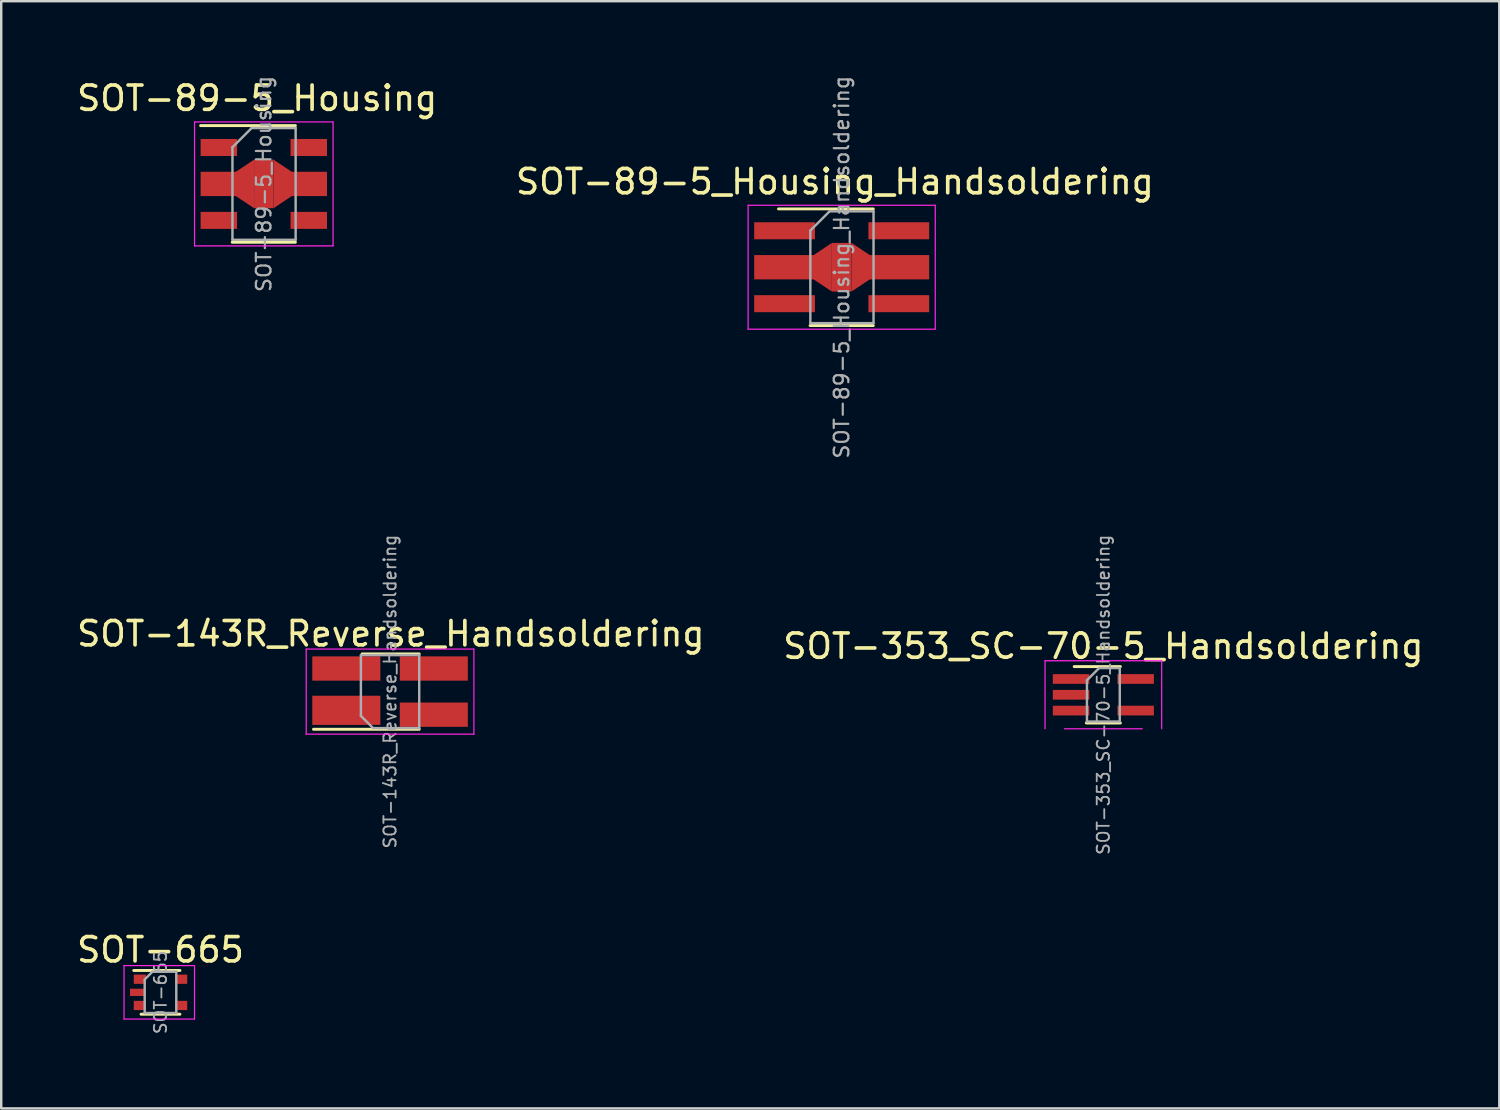
<source format=kicad_pcb>
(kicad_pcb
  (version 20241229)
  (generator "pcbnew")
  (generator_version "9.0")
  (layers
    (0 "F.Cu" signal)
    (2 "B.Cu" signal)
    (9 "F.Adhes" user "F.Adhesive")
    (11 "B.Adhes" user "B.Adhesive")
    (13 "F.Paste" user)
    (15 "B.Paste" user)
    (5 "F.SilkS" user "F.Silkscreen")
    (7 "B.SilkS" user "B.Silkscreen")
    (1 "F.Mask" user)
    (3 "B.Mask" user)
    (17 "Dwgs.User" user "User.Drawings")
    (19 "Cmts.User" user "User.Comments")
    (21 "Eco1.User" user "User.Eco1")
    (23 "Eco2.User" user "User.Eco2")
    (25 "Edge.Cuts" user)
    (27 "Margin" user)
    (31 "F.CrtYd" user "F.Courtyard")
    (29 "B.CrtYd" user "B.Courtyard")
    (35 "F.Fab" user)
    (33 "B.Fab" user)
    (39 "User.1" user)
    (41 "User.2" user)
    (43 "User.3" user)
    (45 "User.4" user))
  (footprint "SOT-353_SC-70-5_Handsoldering"
    (layer "F.Cu")
    (at 42.351 25.539)
    (property "Reference" "SOT-353_SC-70-5_Handsoldering" (at 0 -2 0) (layer "F.SilkS") (effects (font (size 1 1) (thickness 0.15))))
    (attr smd)
    (fp_line (start -0.7 1.16) (end 0.7 1.16) (stroke (width 0.12) (type solid)) (layer "F.SilkS"))
    (fp_line (start 0.7 -1.16) (end -1.2 -1.16) (stroke (width 0.12) (type solid)) (layer "F.SilkS"))
    (fp_line (start -2.4 -1.4) (end -2.4 1.4) (stroke (width 0.05) (type solid)) (layer "F.CrtYd"))
    (fp_line (start -2.4 -1.4) (end 2.4 -1.4) (stroke (width 0.05) (type solid)) (layer "F.CrtYd"))
    (fp_line (start -1.6 1.4) (end 1.6 1.4) (stroke (width 0.05) (type solid)) (layer "F.CrtYd"))
    (fp_line (start 2.4 1.4) (end 2.4 -1.4) (stroke (width 0.05) (type solid)) (layer "F.CrtYd"))
    (fp_line (start -0.675 -0.6) (end -0.675 1.1) (stroke (width 0.1) (type solid)) (layer "F.Fab"))
    (fp_line (start -0.175 -1.1) (end -0.675 -0.6) (stroke (width 0.1) (type solid)) (layer "F.Fab"))
    (fp_line (start 0.675 -1.1) (end -0.175 -1.1) (stroke (width 0.1) (type solid)) (layer "F.Fab"))
    (fp_line (start 0.675 -1.1) (end 0.675 1.1) (stroke (width 0.1) (type solid)) (layer "F.Fab"))
    (fp_line (start 0.675 1.1) (end -0.675 1.1) (stroke (width 0.1) (type solid)) (layer "F.Fab"))
    (fp_text user "${REFERENCE}" (at 0 0 90) (layer "F.Fab") (effects (font (size 0.5 0.5) (thickness 0.075))))
    (pad "1" smd rect (at -1.33 -0.65) (size 1.5 0.4) (layers "F.Cu" "F.Mask" "F.Paste"))
    (pad "2" smd rect (at -1.33 0) (size 1.5 0.4) (layers "F.Cu" "F.Mask" "F.Paste"))
    (pad "3" smd rect (at -1.33 0.65) (size 1.5 0.4) (layers "F.Cu" "F.Mask" "F.Paste"))
    (pad "4" smd rect (at 1.33 0.65) (size 1.5 0.4) (layers "F.Cu" "F.Mask" "F.Paste"))
    (pad "5" smd rect (at 1.33 -0.65) (size 1.5 0.4) (layers "F.Cu" "F.Mask" "F.Paste")))
  (footprint "SOT-89-5_Housing"
    (layer "F.Cu")
    (at 7.805 4.518)
    (property "Reference" "SOT-89-5_Housing" (at -0.275 -3.525 0) (layer "F.SilkS") (effects (font (size 1 1) (thickness 0.15))))
    (attr smd)
    (fp_line (start -2.6 -2.4) (end 1.3 -2.4) (stroke (width 0.12) (type solid)) (layer "F.SilkS"))
    (fp_line (start 1.3 2.4) (end -1.3 2.4) (stroke (width 0.12) (type solid)) (layer "F.SilkS"))
    (fp_line (start -2.85 2.55) (end -2.85 -2.55) (stroke (width 0.05) (type solid)) (layer "F.CrtYd"))
    (fp_line (start -2.85 2.55) (end 2.85 2.55) (stroke (width 0.05) (type solid)) (layer "F.CrtYd"))
    (fp_line (start 2.85 -2.55) (end -2.85 -2.55) (stroke (width 0.05) (type solid)) (layer "F.CrtYd"))
    (fp_line (start 2.85 -2.55) (end 2.85 2.55) (stroke (width 0.05) (type solid)) (layer "F.CrtYd"))
    (fp_line (start -1.29 -1.51) (end -0.5 -2.3) (stroke (width 0.1) (type solid)) (layer "F.Fab"))
    (fp_line (start -1.29 2.3) (end -1.29 -1.51) (stroke (width 0.1) (type solid)) (layer "F.Fab"))
    (fp_line (start -0.5 -2.3) (end 1.31 -2.3) (stroke (width 0.1) (type solid)) (layer "F.Fab"))
    (fp_line (start 1.31 -2.3) (end 1.31 2.3) (stroke (width 0.1) (type solid)) (layer "F.Fab"))
    (fp_line (start 1.31 2.3) (end -1.29 2.3) (stroke (width 0.1) (type solid)) (layer "F.Fab"))
    (fp_text user "${REFERENCE}" (at 0 0 90) (layer "F.Fab") (effects (font (size 0.6 0.6) (thickness 0.09))))
    (pad "1" smd rect (at -1.85 -1.5 270) (size 0.7 1.5) (layers "F.Cu" "F.Mask" "F.Paste"))
    (pad "2" smd rect (at -1.85 0 270) (size 1 1.5) (layers "F.Cu" "F.Mask" "F.Paste"))
    (pad "2" smd trapezoid (at -0.775 0 90) (size 1.5 0.75) (rect_delta 0 0.5) (layers "F.Cu" "F.Mask" "F.Paste"))
    (pad "2" smd rect (at 0 0 270) (size 2 0.8) (layers "F.Cu" "F.Mask" "F.Paste"))
    (pad "2" smd trapezoid (at 0.775 0 270) (size 1.5 0.75) (rect_delta 0 0.5) (layers "F.Cu" "F.Mask" "F.Paste"))
    (pad "2" smd rect (at 1.85 0 270) (size 1 1.5) (layers "F.Cu" "F.Mask" "F.Paste"))
    (pad "3" smd rect (at -1.85 1.5 270) (size 0.7 1.5) (layers "F.Cu" "F.Mask" "F.Paste"))
    (pad "4" smd rect (at 1.85 1.5 270) (size 0.7 1.5) (layers "F.Cu" "F.Mask" "F.Paste"))
    (pad "5" smd rect (at 1.85 -1.5 270) (size 0.7 1.5) (layers "F.Cu" "F.Mask" "F.Paste")))
  (footprint "SOT-665"
    (layer "F.Cu")
    (at 3.554 37.783)
    (property "Reference" "SOT-665" (at 0 -1.75 0) (layer "F.SilkS") (effects (font (size 1 1) (thickness 0.15))))
    (attr smd)
    (fp_line (start -0.8 0.9) (end 0.8 0.9) (stroke (width 0.12) (type solid)) (layer "F.SilkS"))
    (fp_line (start 0.8 -0.9) (end -1.1 -0.9) (stroke (width 0.12) (type solid)) (layer "F.SilkS"))
    (fp_line (start -1.5 -1.1) (end -1.5 1.1) (stroke (width 0.05) (type solid)) (layer "F.CrtYd"))
    (fp_line (start -1.5 -1.1) (end 1.4 -1.1) (stroke (width 0.05) (type solid)) (layer "F.CrtYd"))
    (fp_line (start -1.5 1.1) (end 1.4 1.1) (stroke (width 0.05) (type solid)) (layer "F.CrtYd"))
    (fp_line (start 1.4 1.1) (end 1.4 -1.1) (stroke (width 0.05) (type solid)) (layer "F.CrtYd"))
    (fp_line (start -0.65 -0.53) (end -0.33 -0.85) (stroke (width 0.1) (type solid)) (layer "F.Fab"))
    (fp_line (start -0.65 -0.51) (end -0.65 0.85) (stroke (width 0.1) (type solid)) (layer "F.Fab"))
    (fp_line (start 0.65 -0.85) (end -0.33 -0.85) (stroke (width 0.1) (type solid)) (layer "F.Fab"))
    (fp_line (start 0.65 -0.85) (end 0.65 0.85) (stroke (width 0.1) (type solid)) (layer "F.Fab"))
    (fp_line (start 0.65 0.85) (end -0.65 0.85) (stroke (width 0.1) (type solid)) (layer "F.Fab"))
    (fp_text user "${REFERENCE}" (at 0 0 90) (layer "F.Fab") (effects (font (size 0.5 0.5) (thickness 0.075))))
    (pad "1" smd rect (at -0.85 -0.54) (size 0.5 0.38) (layers "F.Cu" "F.Mask" "F.Paste"))
    (pad "2" smd rect (at -0.93 0) (size 0.65 0.3) (layers "F.Cu" "F.Mask" "F.Paste"))
    (pad "3" smd rect (at -0.85 0.54) (size 0.5 0.38) (layers "F.Cu" "F.Mask" "F.Paste"))
    (pad "4" smd rect (at 0.85 0.54) (size 0.5 0.38) (layers "F.Cu" "F.Mask" "F.Paste"))
    (pad "5" smd rect (at 0.85 -0.54) (size 0.5 0.38) (layers "F.Cu" "F.Mask" "F.Paste")))
  (footprint "SOT-89-5_Housing_Handsoldering"
    (layer "F.Cu")
    (at 31.584 7.946)
    (property "Reference" "SOT-89-5_Housing_Handsoldering" (at -0.28 -3.52 0) (layer "F.SilkS") (effects (font (size 1 1) (thickness 0.15))))
    (attr smd)
    (fp_line (start -2.6 -2.4) (end 1.3 -2.4) (stroke (width 0.12) (type solid)) (layer "F.SilkS"))
    (fp_line (start 1.3 2.4) (end -1.3 2.4) (stroke (width 0.12) (type solid)) (layer "F.SilkS"))
    (fp_line (start -3.85 -2.55) (end 3.85 -2.55) (stroke (width 0.05) (type solid)) (layer "F.CrtYd"))
    (fp_line (start -3.85 2.55) (end -3.85 -2.55) (stroke (width 0.05) (type solid)) (layer "F.CrtYd"))
    (fp_line (start -3.85 2.55) (end 3.85 2.55) (stroke (width 0.05) (type solid)) (layer "F.CrtYd"))
    (fp_line (start 3.85 -2.55) (end 3.85 2.55) (stroke (width 0.05) (type solid)) (layer "F.CrtYd"))
    (fp_line (start -1.29 -1.51) (end -0.5 -2.3) (stroke (width 0.1) (type solid)) (layer "F.Fab"))
    (fp_line (start -1.29 2.3) (end -1.29 -1.51) (stroke (width 0.1) (type solid)) (layer "F.Fab"))
    (fp_line (start -0.5 -2.3) (end 1.31 -2.3) (stroke (width 0.1) (type solid)) (layer "F.Fab"))
    (fp_line (start 1.31 -2.3) (end 1.31 2.3) (stroke (width 0.1) (type solid)) (layer "F.Fab"))
    (fp_line (start 1.31 2.3) (end -1.29 2.3) (stroke (width 0.1) (type solid)) (layer "F.Fab"))
    (fp_text user "${REFERENCE}" (at 0 0 90) (layer "F.Fab") (effects (font (size 0.6 0.6) (thickness 0.09))))
    (pad "1" smd rect (at -2.35 -1.5 270) (size 0.7 2.5) (layers "F.Cu" "F.Mask" "F.Paste"))
    (pad "2" smd rect (at -2.35 0 270) (size 1 2.5) (layers "F.Cu" "F.Mask" "F.Paste"))
    (pad "2" smd trapezoid (at -0.78 0 90) (size 1.5 0.75) (rect_delta 0 0.5) (layers "F.Cu" "F.Mask" "F.Paste"))
    (pad "2" smd rect (at 0 0 270) (size 2 0.8) (layers "F.Cu" "F.Mask" "F.Paste"))
    (pad "2" smd trapezoid (at 0.78 0 270) (size 1.5 0.75) (rect_delta 0 0.5) (layers "F.Cu" "F.Mask" "F.Paste"))
    (pad "2" smd rect (at 2.35 0 270) (size 1 2.5) (layers "F.Cu" "F.Mask" "F.Paste"))
    (pad "3" smd rect (at -2.35 1.5 270) (size 0.7 2.5) (layers "F.Cu" "F.Mask" "F.Paste"))
    (pad "4" smd rect (at 2.35 1.5 270) (size 0.7 2.5) (layers "F.Cu" "F.Mask" "F.Paste"))
    (pad "5" smd rect (at 2.35 -1.5 270) (size 0.7 2.5) (layers "F.Cu" "F.Mask" "F.Paste")))
  (footprint "SOT-143R_Reverse_Handsoldering"
    (layer "F.Cu")
    (at 13 25.408)
    (property "Reference" "SOT-143R_Reverse_Handsoldering" (at 0.03 -2.38 0) (layer "F.SilkS") (effects (font (size 1 1) (thickness 0.15))))
    (attr smd)
    (fp_line (start 1.2 -1.55) (end -1.15 -1.55) (stroke (width 0.12) (type solid)) (layer "F.SilkS"))
    (fp_line (start 1.2 1.55) (end -3.15 1.55) (stroke (width 0.12) (type solid)) (layer "F.SilkS"))
    (fp_line (start -3.45 1.75) (end -3.45 -1.75) (stroke (width 0.05) (type solid)) (layer "F.CrtYd"))
    (fp_line (start -3.45 1.75) (end 3.45 1.75) (stroke (width 0.05) (type solid)) (layer "F.CrtYd"))
    (fp_line (start 3.45 -1.75) (end -3.45 -1.75) (stroke (width 0.05) (type solid)) (layer "F.CrtYd"))
    (fp_line (start 3.45 -1.75) (end 3.45 1.75) (stroke (width 0.05) (type solid)) (layer "F.CrtYd"))
    (fp_line (start -1.2 -1.5) (end 1.2 -1.5) (stroke (width 0.1) (type solid)) (layer "F.Fab"))
    (fp_line (start -1.2 1) (end -1.2 -1.5) (stroke (width 0.1) (type solid)) (layer "F.Fab"))
    (fp_line (start -0.7 1.5) (end -1.2 1) (stroke (width 0.1) (type solid)) (layer "F.Fab"))
    (fp_line (start 1.2 -1.5) (end 1.2 1.5) (stroke (width 0.1) (type solid)) (layer "F.Fab"))
    (fp_line (start 1.2 1.5) (end -0.7 1.5) (stroke (width 0.1) (type solid)) (layer "F.Fab"))
    (fp_text user "${REFERENCE}" (at 0 0 90) (layer "F.Fab") (effects (font (size 0.5 0.5) (thickness 0.075))))
    (pad "1" smd rect (at -1.8 0.77 270) (size 1.2 2.8) (layers "F.Cu" "F.Mask" "F.Paste"))
    (pad "2" smd rect (at -1.8 -0.95 270) (size 1 2.8) (layers "F.Cu" "F.Mask" "F.Paste"))
    (pad "3" smd trapezoid (at 1.8 -0.95 270) (size 1 2.8) (layers "F.Cu" "F.Mask" "F.Paste"))
    (pad "4" smd rect (at 1.8 0.95 270) (size 1 2.8) (layers "F.Cu" "F.Mask" "F.Paste")))
  (gr_rect
    (start -3 -3)
    (end 58.643 42.56)
    (stroke (width 0.1) (type default))
    (fill no)
    (layer "Edge.Cuts")))
</source>
